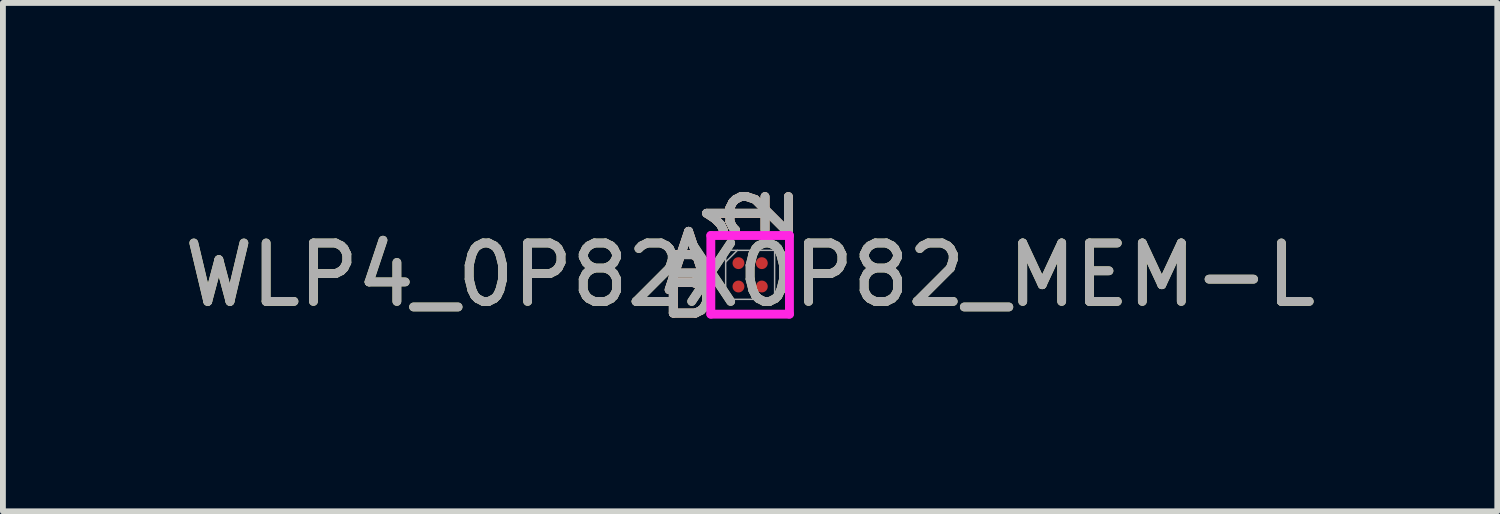
<source format=kicad_pcb>
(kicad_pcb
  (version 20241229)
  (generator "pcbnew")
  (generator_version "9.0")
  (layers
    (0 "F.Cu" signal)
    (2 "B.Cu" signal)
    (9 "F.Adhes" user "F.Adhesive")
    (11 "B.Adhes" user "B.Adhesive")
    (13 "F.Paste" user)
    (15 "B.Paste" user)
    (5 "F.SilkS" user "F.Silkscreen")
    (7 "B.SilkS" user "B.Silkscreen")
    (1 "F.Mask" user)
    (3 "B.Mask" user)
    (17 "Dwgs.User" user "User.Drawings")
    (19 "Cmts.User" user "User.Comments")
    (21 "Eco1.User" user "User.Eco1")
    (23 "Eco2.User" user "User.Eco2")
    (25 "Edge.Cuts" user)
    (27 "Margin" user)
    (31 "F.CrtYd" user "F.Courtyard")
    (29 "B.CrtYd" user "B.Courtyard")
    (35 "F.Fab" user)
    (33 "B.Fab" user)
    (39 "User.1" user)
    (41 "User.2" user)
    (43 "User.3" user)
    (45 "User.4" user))
  (footprint "WLP4_0P82X0P82_MEM-L"
    (layer "F.Cu")
    (at 9.792 1.655)
    (property "Reference" "WLP4_0P82X0P82_MEM-L" (at 0 0 0) (unlocked yes) (layer "F.SilkS") (effects (font (size 1 1) (thickness 0.15))))
    (attr smd)
    (fp_poly (pts (xy -0.845 -0.845) (xy 0.845 -0.845) (xy 0.845 0.845) (xy -0.845 0.845)) (stroke (width 0.1) (type solid)) (fill no) (layer "Eco2.User"))
    (fp_line (start -0.673 -0.673) (end 0.673 -0.673) (stroke (width 0.152) (type solid)) (layer "F.CrtYd"))
    (fp_line (start -0.673 0.673) (end -0.673 -0.673) (stroke (width 0.152) (type solid)) (layer "F.CrtYd"))
    (fp_line (start 0.673 -0.673) (end 0.673 0.673) (stroke (width 0.152) (type solid)) (layer "F.CrtYd"))
    (fp_line (start 0.673 0.673) (end -0.673 0.673) (stroke (width 0.152) (type solid)) (layer "F.CrtYd"))
    (fp_line (start -0.419 -0.419) (end -0.419 0.419) (stroke (width 0.025) (type solid)) (layer "F.Fab"))
    (fp_line (start -0.419 0.419) (end 0.419 0.419) (stroke (width 0.025) (type solid)) (layer "F.Fab"))
    (fp_line (start -0.219 -0.419) (end -0.419 -0.219) (stroke (width 0.025) (type solid)) (layer "F.Fab"))
    (fp_line (start 0.419 -0.419) (end -0.419 -0.419) (stroke (width 0.025) (type solid)) (layer "F.Fab"))
    (fp_line (start 0.419 0.419) (end 0.419 -0.419) (stroke (width 0.025) (type solid)) (layer "F.Fab"))
    (fp_text user "A" (at -1.054 -0.2 0) (unlocked yes) (layer "F.SilkS") (effects (font (size 1 1) (thickness 0.15))))
    (fp_text user "2" (at 0.2 -1.054 90) (unlocked yes) (layer "F.SilkS") (effects (font (size 1 1) (thickness 0.15))))
    (fp_text user "1" (at -0.2 -1.054 90) (unlocked yes) (layer "F.SilkS") (effects (font (size 1 1) (thickness 0.15))))
    (fp_text user "B" (at -1.054 0.2 0) (unlocked yes) (layer "F.SilkS") (effects (font (size 1 1) (thickness 0.15))))
    (fp_text user "B" (at -1.054 0.2 0) (unlocked yes) (layer "B.SilkS") (effects (font (size 1 1) (thickness 0.15))))
    (fp_text user "1" (at -0.2 -1.054 90) (unlocked yes) (layer "B.SilkS") (effects (font (size 1 1) (thickness 0.15))))
    (fp_text user "2" (at 0.2 -1.054 90) (unlocked yes) (layer "B.SilkS") (effects (font (size 1 1) (thickness 0.15))))
    (fp_text user "A" (at -1.054 -0.2 0) (unlocked yes) (layer "B.SilkS") (effects (font (size 1 1) (thickness 0.15))))
    (fp_text user "2" (at 0.2 -1.054 90) (unlocked yes) (layer "F.Fab") (effects (font (size 1 1) (thickness 0.15))))
    (fp_text user "A" (at -1.054 -0.2 0) (unlocked yes) (layer "F.Fab") (effects (font (size 1 1) (thickness 0.15))))
    (fp_text user "1" (at -0.2 -1.054 90) (unlocked yes) (layer "F.Fab") (effects (font (size 1 1) (thickness 0.15))))
    (fp_text user "${REFERENCE}" (at 0 0 0) (unlocked yes) (layer "F.Fab") (effects (font (size 1 1) (thickness 0.15))))
    (fp_text user "B" (at -1.054 0.2 0) (unlocked yes) (layer "F.Fab") (effects (font (size 1 1) (thickness 0.15))))
    (pad "A1" smd circle (at -0.2 -0.2) (size 0.203 0.203) (layers "F.Cu" "F.Mask" "F.Paste"))
    (pad "A2" smd circle (at 0.2 -0.2) (size 0.203 0.203) (layers "F.Cu" "F.Mask" "F.Paste"))
    (pad "B1" smd circle (at -0.2 0.2) (size 0.203 0.203) (layers "F.Cu" "F.Mask" "F.Paste"))
    (pad "B2" smd circle (at 0.2 0.2) (size 0.203 0.203) (layers "F.Cu" "F.Mask" "F.Paste")))
  (gr_rect
    (start -3 -3)
    (end 22.583 5.704)
    (stroke (width 0.1) (type default))
    (fill no)
    (layer "Edge.Cuts")))
</source>
